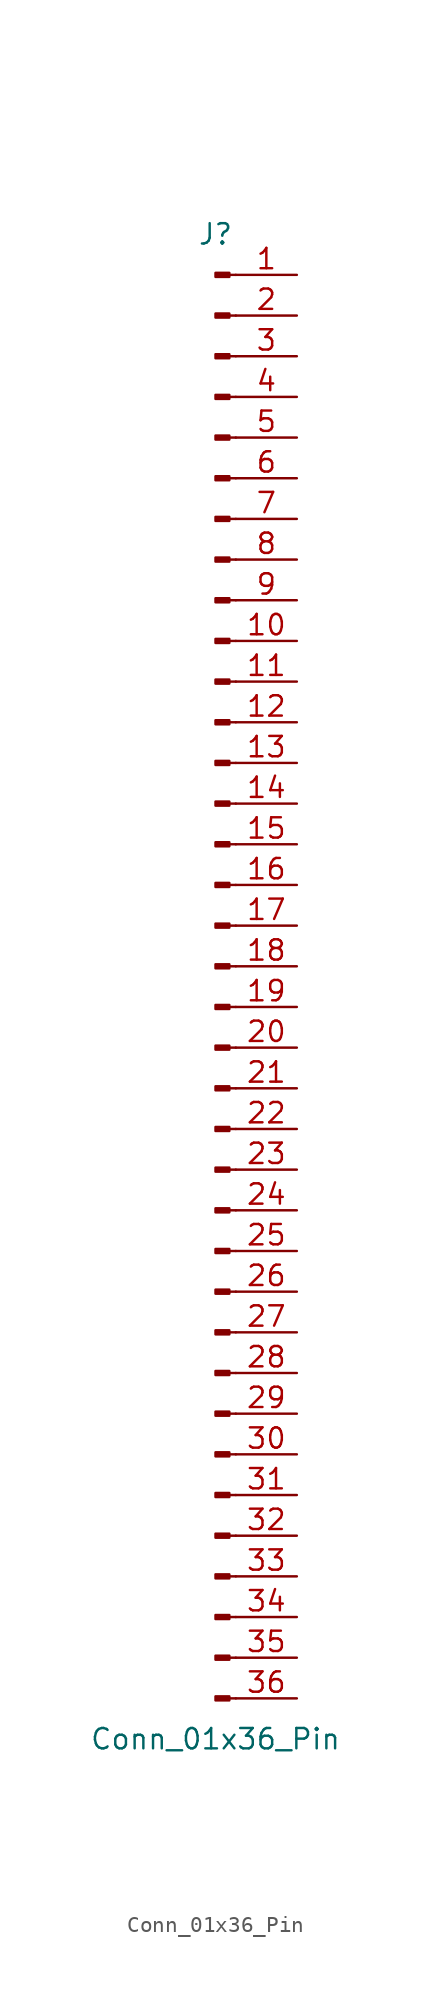
<source format=kicad_sym>
(kicad_symbol_lib
  (version 20241209)
  (generator "kicad_symbol_editor")
  (generator_version "9.0")
  (symbol "Conn_01x36_Pin"
    (pin_names
      (offset 1.016)
      (hide yes))
    (property "Reference" "J"
      (at 0 45.72 0)
      (effects (font (size 1.27 1.27))))
    (property "Value" "Conn_01x36_Pin"
      (at 0 -48.26 0)
      (effects (font (size 1.27 1.27))))
    (property "ki_locked" ""
      (at 0 0 0)
      (effects (font (size 1.27 1.27))))
    (symbol "Conn_01x36_Pin_1_1"
      (rectangle (start 0.864 43.307) (end 0 43.053) (stroke (width 0.152) (type default)) (fill (type outline)))
      (rectangle (start 0.864 40.767) (end 0 40.513) (stroke (width 0.152) (type default)) (fill (type outline)))
      (rectangle (start 0.864 38.227) (end 0 37.973) (stroke (width 0.152) (type default)) (fill (type outline)))
      (rectangle (start 0.864 35.687) (end 0 35.433) (stroke (width 0.152) (type default)) (fill (type outline)))
      (rectangle (start 0.864 33.147) (end 0 32.893) (stroke (width 0.152) (type default)) (fill (type outline)))
      (rectangle (start 0.864 30.607) (end 0 30.353) (stroke (width 0.152) (type default)) (fill (type outline)))
      (rectangle (start 0.864 28.067) (end 0 27.813) (stroke (width 0.152) (type default)) (fill (type outline)))
      (rectangle (start 0.864 25.527) (end 0 25.273) (stroke (width 0.152) (type default)) (fill (type outline)))
      (rectangle (start 0.864 22.987) (end 0 22.733) (stroke (width 0.152) (type default)) (fill (type outline)))
      (rectangle (start 0.864 20.447) (end 0 20.193) (stroke (width 0.152) (type default)) (fill (type outline)))
      (rectangle (start 0.864 17.907) (end 0 17.653) (stroke (width 0.152) (type default)) (fill (type outline)))
      (rectangle (start 0.864 15.367) (end 0 15.113) (stroke (width 0.152) (type default)) (fill (type outline)))
      (rectangle (start 0.864 12.827) (end 0 12.573) (stroke (width 0.152) (type default)) (fill (type outline)))
      (rectangle (start 0.864 10.287) (end 0 10.033) (stroke (width 0.152) (type default)) (fill (type outline)))
      (rectangle (start 0.864 7.747) (end 0 7.493) (stroke (width 0.152) (type default)) (fill (type outline)))
      (rectangle (start 0.864 5.207) (end 0 4.953) (stroke (width 0.152) (type default)) (fill (type outline)))
      (rectangle (start 0.864 2.667) (end 0 2.413) (stroke (width 0.152) (type default)) (fill (type outline)))
      (rectangle (start 0.864 0.127) (end 0 -0.127) (stroke (width 0.152) (type default)) (fill (type outline)))
      (rectangle (start 0.864 -2.413) (end 0 -2.667) (stroke (width 0.152) (type default)) (fill (type outline)))
      (rectangle (start 0.864 -4.953) (end 0 -5.207) (stroke (width 0.152) (type default)) (fill (type outline)))
      (rectangle (start 0.864 -7.493) (end 0 -7.747) (stroke (width 0.152) (type default)) (fill (type outline)))
      (rectangle (start 0.864 -10.033) (end 0 -10.287) (stroke (width 0.152) (type default)) (fill (type outline)))
      (rectangle (start 0.864 -12.573) (end 0 -12.827) (stroke (width 0.152) (type default)) (fill (type outline)))
      (rectangle (start 0.864 -15.113) (end 0 -15.367) (stroke (width 0.152) (type default)) (fill (type outline)))
      (rectangle (start 0.864 -17.653) (end 0 -17.907) (stroke (width 0.152) (type default)) (fill (type outline)))
      (rectangle (start 0.864 -20.193) (end 0 -20.447) (stroke (width 0.152) (type default)) (fill (type outline)))
      (rectangle (start 0.864 -22.733) (end 0 -22.987) (stroke (width 0.152) (type default)) (fill (type outline)))
      (rectangle (start 0.864 -25.273) (end 0 -25.527) (stroke (width 0.152) (type default)) (fill (type outline)))
      (rectangle (start 0.864 -27.813) (end 0 -28.067) (stroke (width 0.152) (type default)) (fill (type outline)))
      (rectangle (start 0.864 -30.353) (end 0 -30.607) (stroke (width 0.152) (type default)) (fill (type outline)))
      (rectangle (start 0.864 -32.893) (end 0 -33.147) (stroke (width 0.152) (type default)) (fill (type outline)))
      (rectangle (start 0.864 -35.433) (end 0 -35.687) (stroke (width 0.152) (type default)) (fill (type outline)))
      (rectangle (start 0.864 -37.973) (end 0 -38.227) (stroke (width 0.152) (type default)) (fill (type outline)))
      (rectangle (start 0.864 -40.513) (end 0 -40.767) (stroke (width 0.152) (type default)) (fill (type outline)))
      (rectangle (start 0.864 -43.053) (end 0 -43.307) (stroke (width 0.152) (type default)) (fill (type outline)))
      (rectangle (start 0.864 -45.593) (end 0 -45.847) (stroke (width 0.152) (type default)) (fill (type outline)))
      (polyline (pts (xy 1.27 43.18) (xy 0.864 43.18)) (stroke (width 0.152) (type default)) (fill (type none)))
      (polyline (pts (xy 1.27 40.64) (xy 0.864 40.64)) (stroke (width 0.152) (type default)) (fill (type none)))
      (polyline (pts (xy 1.27 38.1) (xy 0.864 38.1)) (stroke (width 0.152) (type default)) (fill (type none)))
      (polyline (pts (xy 1.27 35.56) (xy 0.864 35.56)) (stroke (width 0.152) (type default)) (fill (type none)))
      (polyline (pts (xy 1.27 33.02) (xy 0.864 33.02)) (stroke (width 0.152) (type default)) (fill (type none)))
      (polyline (pts (xy 1.27 30.48) (xy 0.864 30.48)) (stroke (width 0.152) (type default)) (fill (type none)))
      (polyline (pts (xy 1.27 27.94) (xy 0.864 27.94)) (stroke (width 0.152) (type default)) (fill (type none)))
      (polyline (pts (xy 1.27 25.4) (xy 0.864 25.4)) (stroke (width 0.152) (type default)) (fill (type none)))
      (polyline (pts (xy 1.27 22.86) (xy 0.864 22.86)) (stroke (width 0.152) (type default)) (fill (type none)))
      (polyline (pts (xy 1.27 20.32) (xy 0.864 20.32)) (stroke (width 0.152) (type default)) (fill (type none)))
      (polyline (pts (xy 1.27 17.78) (xy 0.864 17.78)) (stroke (width 0.152) (type default)) (fill (type none)))
      (polyline (pts (xy 1.27 15.24) (xy 0.864 15.24)) (stroke (width 0.152) (type default)) (fill (type none)))
      (polyline (pts (xy 1.27 12.7) (xy 0.864 12.7)) (stroke (width 0.152) (type default)) (fill (type none)))
      (polyline (pts (xy 1.27 10.16) (xy 0.864 10.16)) (stroke (width 0.152) (type default)) (fill (type none)))
      (polyline (pts (xy 1.27 7.62) (xy 0.864 7.62)) (stroke (width 0.152) (type default)) (fill (type none)))
      (polyline (pts (xy 1.27 5.08) (xy 0.864 5.08)) (stroke (width 0.152) (type default)) (fill (type none)))
      (polyline (pts (xy 1.27 2.54) (xy 0.864 2.54)) (stroke (width 0.152) (type default)) (fill (type none)))
      (polyline (pts (xy 1.27 0) (xy 0.864 0)) (stroke (width 0.152) (type default)) (fill (type none)))
      (polyline (pts (xy 1.27 -2.54) (xy 0.864 -2.54)) (stroke (width 0.152) (type default)) (fill (type none)))
      (polyline (pts (xy 1.27 -5.08) (xy 0.864 -5.08)) (stroke (width 0.152) (type default)) (fill (type none)))
      (polyline (pts (xy 1.27 -7.62) (xy 0.864 -7.62)) (stroke (width 0.152) (type default)) (fill (type none)))
      (polyline (pts (xy 1.27 -10.16) (xy 0.864 -10.16)) (stroke (width 0.152) (type default)) (fill (type none)))
      (polyline (pts (xy 1.27 -12.7) (xy 0.864 -12.7)) (stroke (width 0.152) (type default)) (fill (type none)))
      (polyline (pts (xy 1.27 -15.24) (xy 0.864 -15.24)) (stroke (width 0.152) (type default)) (fill (type none)))
      (polyline (pts (xy 1.27 -17.78) (xy 0.864 -17.78)) (stroke (width 0.152) (type default)) (fill (type none)))
      (polyline (pts (xy 1.27 -20.32) (xy 0.864 -20.32)) (stroke (width 0.152) (type default)) (fill (type none)))
      (polyline (pts (xy 1.27 -22.86) (xy 0.864 -22.86)) (stroke (width 0.152) (type default)) (fill (type none)))
      (polyline (pts (xy 1.27 -25.4) (xy 0.864 -25.4)) (stroke (width 0.152) (type default)) (fill (type none)))
      (polyline (pts (xy 1.27 -27.94) (xy 0.864 -27.94)) (stroke (width 0.152) (type default)) (fill (type none)))
      (polyline (pts (xy 1.27 -30.48) (xy 0.864 -30.48)) (stroke (width 0.152) (type default)) (fill (type none)))
      (polyline (pts (xy 1.27 -33.02) (xy 0.864 -33.02)) (stroke (width 0.152) (type default)) (fill (type none)))
      (polyline (pts (xy 1.27 -35.56) (xy 0.864 -35.56)) (stroke (width 0.152) (type default)) (fill (type none)))
      (polyline (pts (xy 1.27 -38.1) (xy 0.864 -38.1)) (stroke (width 0.152) (type default)) (fill (type none)))
      (polyline (pts (xy 1.27 -40.64) (xy 0.864 -40.64)) (stroke (width 0.152) (type default)) (fill (type none)))
      (polyline (pts (xy 1.27 -43.18) (xy 0.864 -43.18)) (stroke (width 0.152) (type default)) (fill (type none)))
      (polyline (pts (xy 1.27 -45.72) (xy 0.864 -45.72)) (stroke (width 0.152) (type default)) (fill (type none)))
      (pin passive line (at 5.08 43.18 180) (length 3.81) (name "Pin_1" (effects (font (size 1.27 1.27)))) (number "1" (effects (font (size 1.27 1.27)))))
      (pin passive line (at 5.08 40.64 180) (length 3.81) (name "Pin_2" (effects (font (size 1.27 1.27)))) (number "2" (effects (font (size 1.27 1.27)))))
      (pin passive line (at 5.08 38.1 180) (length 3.81) (name "Pin_3" (effects (font (size 1.27 1.27)))) (number "3" (effects (font (size 1.27 1.27)))))
      (pin passive line (at 5.08 35.56 180) (length 3.81) (name "Pin_4" (effects (font (size 1.27 1.27)))) (number "4" (effects (font (size 1.27 1.27)))))
      (pin passive line (at 5.08 33.02 180) (length 3.81) (name "Pin_5" (effects (font (size 1.27 1.27)))) (number "5" (effects (font (size 1.27 1.27)))))
      (pin passive line (at 5.08 30.48 180) (length 3.81) (name "Pin_6" (effects (font (size 1.27 1.27)))) (number "6" (effects (font (size 1.27 1.27)))))
      (pin passive line (at 5.08 27.94 180) (length 3.81) (name "Pin_7" (effects (font (size 1.27 1.27)))) (number "7" (effects (font (size 1.27 1.27)))))
      (pin passive line (at 5.08 25.4 180) (length 3.81) (name "Pin_8" (effects (font (size 1.27 1.27)))) (number "8" (effects (font (size 1.27 1.27)))))
      (pin passive line (at 5.08 22.86 180) (length 3.81) (name "Pin_9" (effects (font (size 1.27 1.27)))) (number "9" (effects (font (size 1.27 1.27)))))
      (pin passive line (at 5.08 20.32 180) (length 3.81) (name "Pin_10" (effects (font (size 1.27 1.27)))) (number "10" (effects (font (size 1.27 1.27)))))
      (pin passive line (at 5.08 17.78 180) (length 3.81) (name "Pin_11" (effects (font (size 1.27 1.27)))) (number "11" (effects (font (size 1.27 1.27)))))
      (pin passive line (at 5.08 15.24 180) (length 3.81) (name "Pin_12" (effects (font (size 1.27 1.27)))) (number "12" (effects (font (size 1.27 1.27)))))
      (pin passive line (at 5.08 12.7 180) (length 3.81) (name "Pin_13" (effects (font (size 1.27 1.27)))) (number "13" (effects (font (size 1.27 1.27)))))
      (pin passive line (at 5.08 10.16 180) (length 3.81) (name "Pin_14" (effects (font (size 1.27 1.27)))) (number "14" (effects (font (size 1.27 1.27)))))
      (pin passive line (at 5.08 7.62 180) (length 3.81) (name "Pin_15" (effects (font (size 1.27 1.27)))) (number "15" (effects (font (size 1.27 1.27)))))
      (pin passive line (at 5.08 5.08 180) (length 3.81) (name "Pin_16" (effects (font (size 1.27 1.27)))) (number "16" (effects (font (size 1.27 1.27)))))
      (pin passive line (at 5.08 2.54 180) (length 3.81) (name "Pin_17" (effects (font (size 1.27 1.27)))) (number "17" (effects (font (size 1.27 1.27)))))
      (pin passive line (at 5.08 0 180) (length 3.81) (name "Pin_18" (effects (font (size 1.27 1.27)))) (number "18" (effects (font (size 1.27 1.27)))))
      (pin passive line (at 5.08 -2.54 180) (length 3.81) (name "Pin_19" (effects (font (size 1.27 1.27)))) (number "19" (effects (font (size 1.27 1.27)))))
      (pin passive line (at 5.08 -5.08 180) (length 3.81) (name "Pin_20" (effects (font (size 1.27 1.27)))) (number "20" (effects (font (size 1.27 1.27)))))
      (pin passive line (at 5.08 -7.62 180) (length 3.81) (name "Pin_21" (effects (font (size 1.27 1.27)))) (number "21" (effects (font (size 1.27 1.27)))))
      (pin passive line (at 5.08 -10.16 180) (length 3.81) (name "Pin_22" (effects (font (size 1.27 1.27)))) (number "22" (effects (font (size 1.27 1.27)))))
      (pin passive line (at 5.08 -12.7 180) (length 3.81) (name "Pin_23" (effects (font (size 1.27 1.27)))) (number "23" (effects (font (size 1.27 1.27)))))
      (pin passive line (at 5.08 -15.24 180) (length 3.81) (name "Pin_24" (effects (font (size 1.27 1.27)))) (number "24" (effects (font (size 1.27 1.27)))))
      (pin passive line (at 5.08 -17.78 180) (length 3.81) (name "Pin_25" (effects (font (size 1.27 1.27)))) (number "25" (effects (font (size 1.27 1.27)))))
      (pin passive line (at 5.08 -20.32 180) (length 3.81) (name "Pin_26" (effects (font (size 1.27 1.27)))) (number "26" (effects (font (size 1.27 1.27)))))
      (pin passive line (at 5.08 -22.86 180) (length 3.81) (name "Pin_27" (effects (font (size 1.27 1.27)))) (number "27" (effects (font (size 1.27 1.27)))))
      (pin passive line (at 5.08 -25.4 180) (length 3.81) (name "Pin_28" (effects (font (size 1.27 1.27)))) (number "28" (effects (font (size 1.27 1.27)))))
      (pin passive line (at 5.08 -27.94 180) (length 3.81) (name "Pin_29" (effects (font (size 1.27 1.27)))) (number "29" (effects (font (size 1.27 1.27)))))
      (pin passive line (at 5.08 -30.48 180) (length 3.81) (name "Pin_30" (effects (font (size 1.27 1.27)))) (number "30" (effects (font (size 1.27 1.27)))))
      (pin passive line (at 5.08 -33.02 180) (length 3.81) (name "Pin_31" (effects (font (size 1.27 1.27)))) (number "31" (effects (font (size 1.27 1.27)))))
      (pin passive line (at 5.08 -35.56 180) (length 3.81) (name "Pin_32" (effects (font (size 1.27 1.27)))) (number "32" (effects (font (size 1.27 1.27)))))
      (pin passive line (at 5.08 -38.1 180) (length 3.81) (name "Pin_33" (effects (font (size 1.27 1.27)))) (number "33" (effects (font (size 1.27 1.27)))))
      (pin passive line (at 5.08 -40.64 180) (length 3.81) (name "Pin_34" (effects (font (size 1.27 1.27)))) (number "34" (effects (font (size 1.27 1.27)))))
      (pin passive line (at 5.08 -43.18 180) (length 3.81) (name "Pin_35" (effects (font (size 1.27 1.27)))) (number "35" (effects (font (size 1.27 1.27)))))
      (pin passive line (at 5.08 -45.72 180) (length 3.81) (name "Pin_36" (effects (font (size 1.27 1.27)))) (number "36" (effects (font (size 1.27 1.27))))))))
</source>
